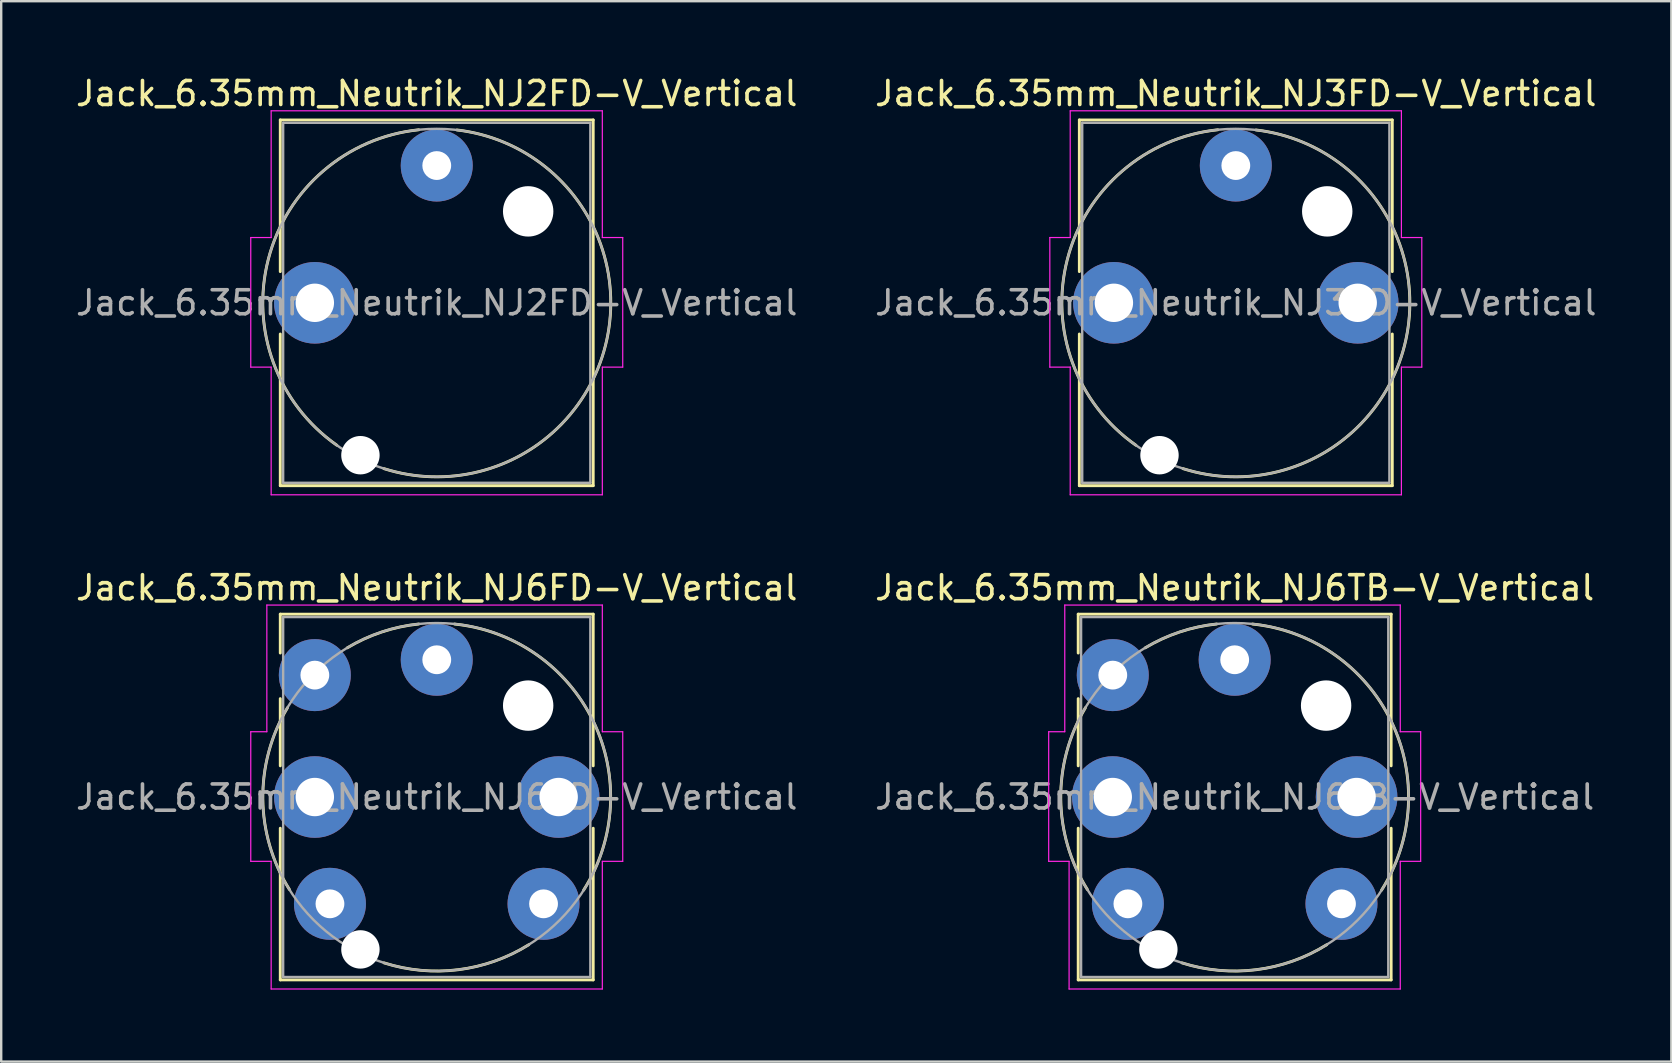
<source format=kicad_pcb>
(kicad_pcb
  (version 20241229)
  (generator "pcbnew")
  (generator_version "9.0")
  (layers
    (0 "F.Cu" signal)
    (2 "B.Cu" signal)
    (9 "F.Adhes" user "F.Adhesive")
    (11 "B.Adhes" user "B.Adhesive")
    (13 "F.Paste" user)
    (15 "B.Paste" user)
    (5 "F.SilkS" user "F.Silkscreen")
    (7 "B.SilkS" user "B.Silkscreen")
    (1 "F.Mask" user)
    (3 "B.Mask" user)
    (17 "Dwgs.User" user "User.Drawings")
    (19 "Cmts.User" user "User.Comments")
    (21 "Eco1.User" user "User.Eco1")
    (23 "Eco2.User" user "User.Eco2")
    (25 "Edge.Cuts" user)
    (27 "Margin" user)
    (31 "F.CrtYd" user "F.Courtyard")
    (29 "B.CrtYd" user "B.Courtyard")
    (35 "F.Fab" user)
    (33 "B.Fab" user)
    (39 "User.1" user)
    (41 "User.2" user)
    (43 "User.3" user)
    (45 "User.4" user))
  (footprint "Jack_6.35mm_Neutrik_NJ6FD-V_Vertical"
    (layer "F.Cu")
    (at 15.149 24.442)
    (property "Reference" "Jack_6.35mm_Neutrik_NJ6FD-V_Vertical" (at 0 -3 0) (layer "F.SilkS") (effects (font (size 1 1) (thickness 0.15))))
    (attr through_hole)
    (fp_line (start -6.52 -1.9) (end -6.52 -0.28) (stroke (width 0.12) (type solid)) (layer "F.SilkS"))
    (fp_line (start -6.52 -1.9) (end 6.52 -1.9) (stroke (width 0.12) (type solid)) (layer "F.SilkS"))
    (fp_line (start -6.52 1.62) (end -6.52 4.42) (stroke (width 0.12) (type solid)) (layer "F.SilkS"))
    (fp_line (start -6.52 7.02) (end -6.52 13.34) (stroke (width 0.12) (type solid)) (layer "F.SilkS"))
    (fp_line (start -6.52 13.34) (end 6.52 13.34) (stroke (width 0.12) (type solid)) (layer "F.SilkS"))
    (fp_line (start 6.52 -1.9) (end 6.52 4.42) (stroke (width 0.12) (type solid)) (layer "F.SilkS"))
    (fp_line (start 6.52 7.02) (end 6.52 13.34) (stroke (width 0.12) (type solid)) (layer "F.SilkS"))
    (fp_arc (start -6.138365 9.573216) (mid -7.247116 5.79812) (end -6.22 2) (stroke (width 0.12) (type solid)) (layer "F.SilkS"))
    (fp_arc (start -3.726809 -0.497515) (mid -2.292752 -1.156764) (end -0.75 -1.49) (stroke (width 0.12) (type solid)) (layer "F.SilkS"))
    (fp_arc (start 0.741615 -1.488246) (mid 6.519796 2.557554) (end 6.12 9.6) (stroke (width 0.12) (type solid)) (layer "F.SilkS"))
    (fp_arc (start 3.836366 11.873893) (mid 0.901303 12.915537) (end -2.2 12.63) (stroke (width 0.12) (type solid)) (layer "F.SilkS"))
    (fp_line (start -7.75 3) (end -7.75 8.4) (stroke (width 0.05) (type solid)) (layer "F.CrtYd"))
    (fp_line (start -7.08 -2.28) (end -7.08 3) (stroke (width 0.05) (type solid)) (layer "F.CrtYd"))
    (fp_line (start -7.08 -2.28) (end 6.9 -2.28) (stroke (width 0.05) (type solid)) (layer "F.CrtYd"))
    (fp_line (start -7.08 3) (end -7.75 3) (stroke (width 0.05) (type solid)) (layer "F.CrtYd"))
    (fp_line (start -6.9 8.4) (end -7.75 8.4) (stroke (width 0.05) (type solid)) (layer "F.CrtYd"))
    (fp_line (start -6.9 8.4) (end -6.9 13.72) (stroke (width 0.05) (type solid)) (layer "F.CrtYd"))
    (fp_line (start -6.9 13.72) (end 6.9 13.72) (stroke (width 0.05) (type solid)) (layer "F.CrtYd"))
    (fp_line (start 6.9 -2.28) (end 6.9 3) (stroke (width 0.05) (type solid)) (layer "F.CrtYd"))
    (fp_line (start 6.9 3) (end 7.75 3) (stroke (width 0.05) (type solid)) (layer "F.CrtYd"))
    (fp_line (start 6.9 8.4) (end 6.9 13.72) (stroke (width 0.05) (type solid)) (layer "F.CrtYd"))
    (fp_line (start 6.9 8.4) (end 7.75 8.4) (stroke (width 0.05) (type solid)) (layer "F.CrtYd"))
    (fp_line (start 7.75 3) (end 7.75 8.4) (stroke (width 0.05) (type solid)) (layer "F.CrtYd"))
    (fp_line (start -6.4 -1.78) (end -6.4 13.22) (stroke (width 0.1) (type solid)) (layer "F.Fab"))
    (fp_line (start -6.4 -1.78) (end 6.4 -1.78) (stroke (width 0.1) (type solid)) (layer "F.Fab"))
    (fp_line (start -6.4 13.22) (end 6.4 13.22) (stroke (width 0.1) (type solid)) (layer "F.Fab"))
    (fp_line (start 6.4 -1.78) (end 6.4 13.22) (stroke (width 0.1) (type solid)) (layer "F.Fab"))
    (fp_circle (center 0 5.72) (end -7.25 5.72) (stroke (width 0.1) (type solid)) (fill no) (layer "F.Fab"))
    (fp_text user "${REFERENCE}" (at 0 5.72 0) (layer "F.Fab") (effects (font (size 1 1) (thickness 0.15))))
    (pad "" np_thru_hole circle (at -3.18 12.07 180) (size 1.6 1.6) (drill 1.6) (layers "*.Cu" "*.Mask"))
    (pad "" np_thru_hole circle (at 3.81 1.91 180) (size 2.1 2.1) (drill 2.1) (layers "*.Cu" "*.Mask"))
    (pad "R" thru_hole circle (at 5.08 5.72 180) (size 3.4 3.4) (drill 1.6) (layers "*.Cu" "*.Mask"))
    (pad "RN" thru_hole circle (at 4.45 10.17 180) (size 3 3) (drill 1.2) (layers "*.Cu" "*.Mask"))
    (pad "S" thru_hole circle (at -5.08 5.72 180) (size 3.4 3.4) (drill 1.6) (layers "*.Cu" "*.Mask"))
    (pad "SN" thru_hole circle (at -4.45 10.17 180) (size 3 3) (drill 1.2) (layers "*.Cu" "*.Mask"))
    (pad "T" thru_hole circle (at 0 0 180) (size 3 3) (drill 1.2) (layers "*.Cu" "*.Mask"))
    (pad "TN" thru_hole circle (at -5.08 0.64 180) (size 3 3) (drill 1.2) (layers "*.Cu" "*.Mask")))
  (footprint "Jack_6.35mm_Neutrik_NJ6TB-V_Vertical"
    (layer "F.Cu")
    (at 48.399 24.442)
    (property "Reference" "Jack_6.35mm_Neutrik_NJ6TB-V_Vertical" (at 0 -3 0) (layer "F.SilkS") (effects (font (size 1 1) (thickness 0.15))))
    (attr through_hole)
    (fp_line (start -6.52 -1.9) (end -6.52 -0.28) (stroke (width 0.12) (type solid)) (layer "F.SilkS"))
    (fp_line (start -6.52 -1.9) (end 6.52 -1.9) (stroke (width 0.12) (type solid)) (layer "F.SilkS"))
    (fp_line (start -6.52 1.62) (end -6.52 4.42) (stroke (width 0.12) (type solid)) (layer "F.SilkS"))
    (fp_line (start -6.52 7.02) (end -6.52 13.34) (stroke (width 0.12) (type solid)) (layer "F.SilkS"))
    (fp_line (start -6.52 13.34) (end 6.52 13.34) (stroke (width 0.12) (type solid)) (layer "F.SilkS"))
    (fp_line (start 6.52 -1.9) (end 6.52 4.42) (stroke (width 0.12) (type solid)) (layer "F.SilkS"))
    (fp_line (start 6.52 7.02) (end 6.52 13.34) (stroke (width 0.12) (type solid)) (layer "F.SilkS"))
    (fp_arc (start -6.138365 9.573216) (mid -7.247116 5.79812) (end -6.22 2) (stroke (width 0.12) (type solid)) (layer "F.SilkS"))
    (fp_arc (start -3.726809 -0.497515) (mid -2.292752 -1.156764) (end -0.75 -1.49) (stroke (width 0.12) (type solid)) (layer "F.SilkS"))
    (fp_arc (start 0.741615 -1.488246) (mid 6.519796 2.557554) (end 6.12 9.6) (stroke (width 0.12) (type solid)) (layer "F.SilkS"))
    (fp_arc (start 3.836366 11.873893) (mid 0.901303 12.915537) (end -2.2 12.63) (stroke (width 0.12) (type solid)) (layer "F.SilkS"))
    (fp_line (start -7.75 3) (end -7.75 8.4) (stroke (width 0.05) (type solid)) (layer "F.CrtYd"))
    (fp_line (start -7.08 -2.28) (end -7.08 3) (stroke (width 0.05) (type solid)) (layer "F.CrtYd"))
    (fp_line (start -7.08 -2.28) (end 6.9 -2.28) (stroke (width 0.05) (type solid)) (layer "F.CrtYd"))
    (fp_line (start -7.08 3) (end -7.75 3) (stroke (width 0.05) (type solid)) (layer "F.CrtYd"))
    (fp_line (start -6.9 8.4) (end -7.75 8.4) (stroke (width 0.05) (type solid)) (layer "F.CrtYd"))
    (fp_line (start -6.9 8.4) (end -6.9 13.72) (stroke (width 0.05) (type solid)) (layer "F.CrtYd"))
    (fp_line (start -6.9 13.72) (end 6.9 13.72) (stroke (width 0.05) (type solid)) (layer "F.CrtYd"))
    (fp_line (start 6.9 -2.28) (end 6.9 3) (stroke (width 0.05) (type solid)) (layer "F.CrtYd"))
    (fp_line (start 6.9 3) (end 7.75 3) (stroke (width 0.05) (type solid)) (layer "F.CrtYd"))
    (fp_line (start 6.9 8.4) (end 6.9 13.72) (stroke (width 0.05) (type solid)) (layer "F.CrtYd"))
    (fp_line (start 6.9 8.4) (end 7.75 8.4) (stroke (width 0.05) (type solid)) (layer "F.CrtYd"))
    (fp_line (start 7.75 3) (end 7.75 8.4) (stroke (width 0.05) (type solid)) (layer "F.CrtYd"))
    (fp_line (start -6.4 -1.78) (end -6.4 13.22) (stroke (width 0.1) (type solid)) (layer "F.Fab"))
    (fp_line (start -6.4 -1.78) (end 6.4 -1.78) (stroke (width 0.1) (type solid)) (layer "F.Fab"))
    (fp_line (start -6.4 13.22) (end 6.4 13.22) (stroke (width 0.1) (type solid)) (layer "F.Fab"))
    (fp_line (start 6.4 -1.78) (end 6.4 13.22) (stroke (width 0.1) (type solid)) (layer "F.Fab"))
    (fp_circle (center 0 5.72) (end -7.25 5.72) (stroke (width 0.1) (type solid)) (fill no) (layer "F.Fab"))
    (fp_text user "${REFERENCE}" (at 0 5.72 0) (layer "F.Fab") (effects (font (size 1 1) (thickness 0.15))))
    (pad "" np_thru_hole circle (at -3.18 12.07 180) (size 1.6 1.6) (drill 1.6) (layers "*.Cu" "*.Mask"))
    (pad "" np_thru_hole circle (at 3.81 1.91 180) (size 2.1 2.1) (drill 2.1) (layers "*.Cu" "*.Mask"))
    (pad "R" thru_hole circle (at 5.08 5.72 180) (size 3.4 3.4) (drill 1.6) (layers "*.Cu" "*.Mask"))
    (pad "RN" thru_hole circle (at 4.45 10.17 180) (size 3 3) (drill 1.2) (layers "*.Cu" "*.Mask"))
    (pad "S" thru_hole circle (at -5.08 5.72 180) (size 3.4 3.4) (drill 1.6) (layers "*.Cu" "*.Mask"))
    (pad "SN" thru_hole circle (at -4.45 10.17 180) (size 3 3) (drill 1.2) (layers "*.Cu" "*.Mask"))
    (pad "T" thru_hole circle (at 0 0 180) (size 3 3) (drill 1.2) (layers "*.Cu" "*.Mask"))
    (pad "TN" thru_hole circle (at -5.08 0.64 180) (size 3 3) (drill 1.2) (layers "*.Cu" "*.Mask")))
  (footprint "Jack_6.35mm_Neutrik_NJ2FD-V_Vertical"
    (layer "F.Cu")
    (at 15.149 3.848)
    (property "Reference" "Jack_6.35mm_Neutrik_NJ2FD-V_Vertical" (at 0 -3 0) (layer "F.SilkS") (effects (font (size 1 1) (thickness 0.15))))
    (attr through_hole)
    (fp_line (start -6.52 -1.9) (end -6.52 4.42) (stroke (width 0.12) (type solid)) (layer "F.SilkS"))
    (fp_line (start -6.52 -1.9) (end 6.52 -1.9) (stroke (width 0.12) (type solid)) (layer "F.SilkS"))
    (fp_line (start -6.52 7.02) (end -6.52 13.34) (stroke (width 0.12) (type solid)) (layer "F.SilkS"))
    (fp_line (start -6.52 13.34) (end 6.52 13.34) (stroke (width 0.12) (type solid)) (layer "F.SilkS"))
    (fp_line (start 6.52 -1.9) (end 6.52 13.34) (stroke (width 0.12) (type solid)) (layer "F.SilkS"))
    (fp_arc (start -4.164153 11.6535) (mid -7.016062 3.897509) (end -0.75 -1.49) (stroke (width 0.12) (type solid)) (layer "F.SilkS"))
    (fp_arc (start 0.84109 -1.482824) (mid 7.089049 7.247578) (end -2.2 12.63) (stroke (width 0.12) (type solid)) (layer "F.SilkS"))
    (fp_line (start -7.75 3) (end -7.75 8.4) (stroke (width 0.05) (type solid)) (layer "F.CrtYd"))
    (fp_line (start -6.9 -2.28) (end -6.9 3) (stroke (width 0.05) (type solid)) (layer "F.CrtYd"))
    (fp_line (start -6.9 -2.28) (end 6.9 -2.28) (stroke (width 0.05) (type solid)) (layer "F.CrtYd"))
    (fp_line (start -6.9 3) (end -7.75 3) (stroke (width 0.05) (type solid)) (layer "F.CrtYd"))
    (fp_line (start -6.9 8.4) (end -7.75 8.4) (stroke (width 0.05) (type solid)) (layer "F.CrtYd"))
    (fp_line (start -6.9 8.4) (end -6.9 13.72) (stroke (width 0.05) (type solid)) (layer "F.CrtYd"))
    (fp_line (start -6.9 13.72) (end 6.9 13.72) (stroke (width 0.05) (type solid)) (layer "F.CrtYd"))
    (fp_line (start 6.9 -2.28) (end 6.9 3) (stroke (width 0.05) (type solid)) (layer "F.CrtYd"))
    (fp_line (start 6.9 3) (end 7.75 3) (stroke (width 0.05) (type solid)) (layer "F.CrtYd"))
    (fp_line (start 6.9 8.4) (end 6.9 13.72) (stroke (width 0.05) (type solid)) (layer "F.CrtYd"))
    (fp_line (start 6.9 8.4) (end 7.75 8.4) (stroke (width 0.05) (type solid)) (layer "F.CrtYd"))
    (fp_line (start 7.75 3) (end 7.75 8.4) (stroke (width 0.05) (type solid)) (layer "F.CrtYd"))
    (fp_line (start -6.4 -1.78) (end -6.4 13.22) (stroke (width 0.1) (type solid)) (layer "F.Fab"))
    (fp_line (start -6.4 -1.78) (end 6.4 -1.78) (stroke (width 0.1) (type solid)) (layer "F.Fab"))
    (fp_line (start -6.4 13.22) (end 6.4 13.22) (stroke (width 0.1) (type solid)) (layer "F.Fab"))
    (fp_line (start 6.4 -1.78) (end 6.4 13.22) (stroke (width 0.1) (type solid)) (layer "F.Fab"))
    (fp_circle (center 0 5.72) (end -7.25 5.72) (stroke (width 0.1) (type solid)) (fill no) (layer "F.Fab"))
    (fp_text user "${REFERENCE}" (at 0 5.72 0) (layer "F.Fab") (effects (font (size 1 1) (thickness 0.15))))
    (pad "" np_thru_hole circle (at -3.18 12.07 180) (size 1.6 1.6) (drill 1.6) (layers "*.Cu" "*.Mask"))
    (pad "" np_thru_hole circle (at 3.81 1.91 180) (size 2.1 2.1) (drill 2.1) (layers "*.Cu" "*.Mask"))
    (pad "S" thru_hole circle (at -5.08 5.72 180) (size 3.4 3.4) (drill 1.6) (layers "*.Cu" "*.Mask"))
    (pad "T" thru_hole circle (at 0 0 180) (size 3 3) (drill 1.2) (layers "*.Cu" "*.Mask")))
  (footprint "Jack_6.35mm_Neutrik_NJ3FD-V_Vertical"
    (layer "F.Cu")
    (at 48.446 3.848)
    (property "Reference" "Jack_6.35mm_Neutrik_NJ3FD-V_Vertical" (at 0 -3 0) (layer "F.SilkS") (effects (font (size 1 1) (thickness 0.15))))
    (attr through_hole)
    (fp_line (start -6.52 -1.9) (end -6.52 4.42) (stroke (width 0.12) (type solid)) (layer "F.SilkS"))
    (fp_line (start -6.52 -1.9) (end 6.52 -1.9) (stroke (width 0.12) (type solid)) (layer "F.SilkS"))
    (fp_line (start -6.52 7.02) (end -6.52 13.34) (stroke (width 0.12) (type solid)) (layer "F.SilkS"))
    (fp_line (start -6.52 13.34) (end 6.52 13.34) (stroke (width 0.12) (type solid)) (layer "F.SilkS"))
    (fp_line (start 6.52 -1.9) (end 6.52 4.42) (stroke (width 0.12) (type solid)) (layer "F.SilkS"))
    (fp_line (start 6.52 7.02) (end 6.52 13.34) (stroke (width 0.12) (type solid)) (layer "F.SilkS"))
    (fp_arc (start -4.164153 11.6535) (mid -7.016062 3.897509) (end -0.75 -1.49) (stroke (width 0.12) (type solid)) (layer "F.SilkS"))
    (fp_arc (start 0.84109 -1.482824) (mid 7.089049 7.247578) (end -2.2 12.63) (stroke (width 0.12) (type solid)) (layer "F.SilkS"))
    (fp_line (start -7.75 3) (end -7.75 8.4) (stroke (width 0.05) (type solid)) (layer "F.CrtYd"))
    (fp_line (start -6.9 -2.28) (end -6.9 3) (stroke (width 0.05) (type solid)) (layer "F.CrtYd"))
    (fp_line (start -6.9 -2.28) (end 6.9 -2.28) (stroke (width 0.05) (type solid)) (layer "F.CrtYd"))
    (fp_line (start -6.9 3) (end -7.75 3) (stroke (width 0.05) (type solid)) (layer "F.CrtYd"))
    (fp_line (start -6.9 8.4) (end -7.75 8.4) (stroke (width 0.05) (type solid)) (layer "F.CrtYd"))
    (fp_line (start -6.9 8.4) (end -6.9 13.72) (stroke (width 0.05) (type solid)) (layer "F.CrtYd"))
    (fp_line (start -6.9 13.72) (end 6.9 13.72) (stroke (width 0.05) (type solid)) (layer "F.CrtYd"))
    (fp_line (start 6.9 -2.28) (end 6.9 3) (stroke (width 0.05) (type solid)) (layer "F.CrtYd"))
    (fp_line (start 6.9 3) (end 7.75 3) (stroke (width 0.05) (type solid)) (layer "F.CrtYd"))
    (fp_line (start 6.9 8.4) (end 6.9 13.72) (stroke (width 0.05) (type solid)) (layer "F.CrtYd"))
    (fp_line (start 6.9 8.4) (end 7.75 8.4) (stroke (width 0.05) (type solid)) (layer "F.CrtYd"))
    (fp_line (start 7.75 3) (end 7.75 8.4) (stroke (width 0.05) (type solid)) (layer "F.CrtYd"))
    (fp_line (start -6.4 -1.78) (end -6.4 13.22) (stroke (width 0.1) (type solid)) (layer "F.Fab"))
    (fp_line (start -6.4 -1.78) (end 6.4 -1.78) (stroke (width 0.1) (type solid)) (layer "F.Fab"))
    (fp_line (start -6.4 13.22) (end 6.4 13.22) (stroke (width 0.1) (type solid)) (layer "F.Fab"))
    (fp_line (start 6.4 -1.78) (end 6.4 13.22) (stroke (width 0.1) (type solid)) (layer "F.Fab"))
    (fp_circle (center 0 5.72) (end -7.25 5.72) (stroke (width 0.1) (type solid)) (fill no) (layer "F.Fab"))
    (fp_text user "${REFERENCE}" (at 0 5.72 0) (layer "F.Fab") (effects (font (size 1 1) (thickness 0.15))))
    (pad "" np_thru_hole circle (at -3.18 12.07 180) (size 1.6 1.6) (drill 1.6) (layers "*.Cu" "*.Mask"))
    (pad "" np_thru_hole circle (at 3.81 1.91 180) (size 2.1 2.1) (drill 2.1) (layers "*.Cu" "*.Mask"))
    (pad "R" thru_hole circle (at 5.08 5.72 180) (size 3.4 3.4) (drill 1.6) (layers "*.Cu" "*.Mask"))
    (pad "S" thru_hole circle (at -5.08 5.72 180) (size 3.4 3.4) (drill 1.6) (layers "*.Cu" "*.Mask"))
    (pad "T" thru_hole circle (at 0 0 180) (size 3 3) (drill 1.2) (layers "*.Cu" "*.Mask")))
  (gr_rect
    (start -3 -3)
    (end 66.595 41.187)
    (stroke (width 0.1) (type default))
    (fill no)
    (layer "Edge.Cuts")))
</source>
